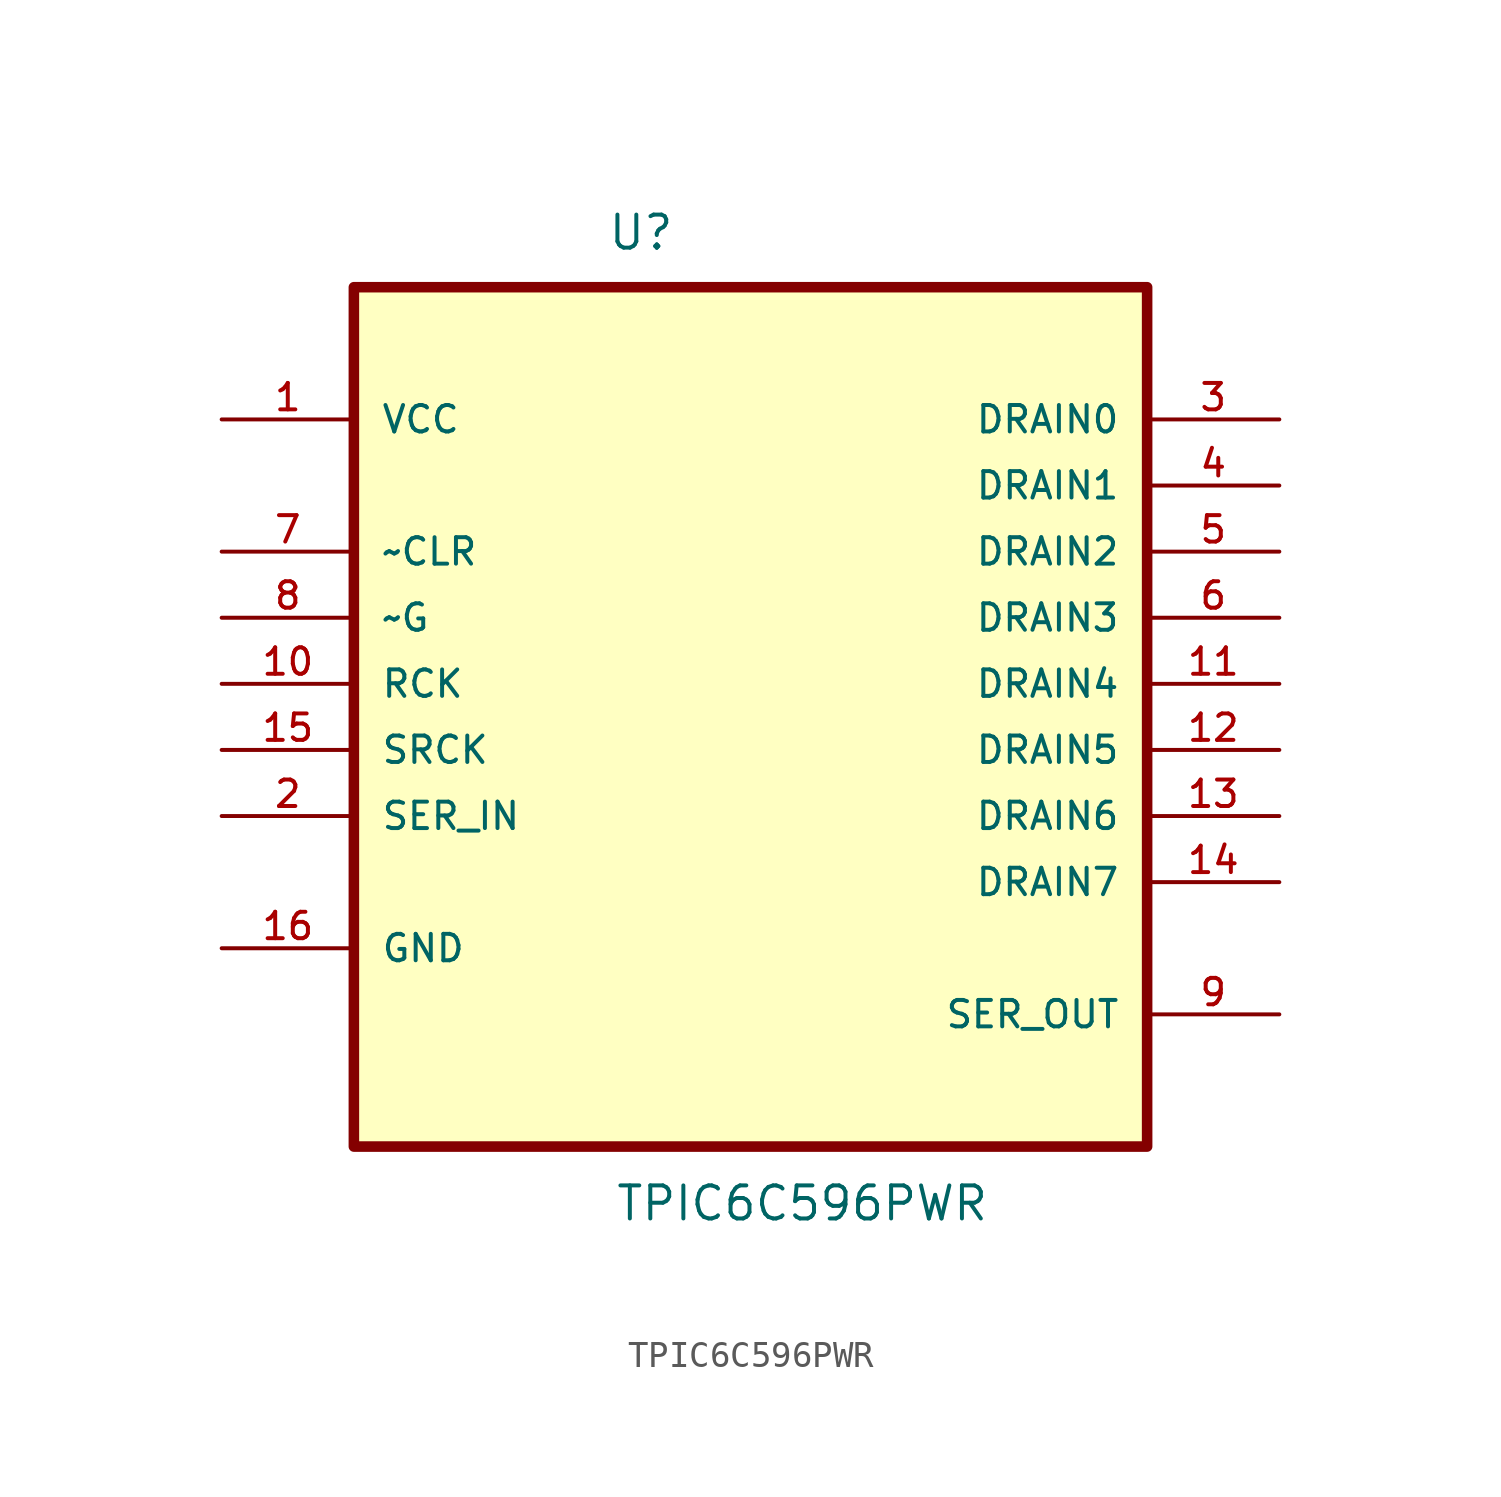
<source format=kicad_sym>
(kicad_symbol_lib
  (version 20211014)
  (generator kicad_symbol_editor)
  (symbol "TPIC6C596PWR"
    (pin_names
      (offset 1.016))
    (property "Reference" "U"
      (at -5.516 14.057 0.0)
      (effects (font (size 1.27 1.27)) (justify bottom left)))
    (property "Value" "TPIC6C596PWR"
      (at -5.22 -23.246 0.0)
      (effects (font (size 1.27 1.27)) (justify bottom left)))
    (symbol "TPIC6C596PWR_0_0"
      (rectangle (start -15.24 -20.32) (end 15.24 12.7) (stroke (width 0.406)) (fill (type background)))
      (pin power_in line (at -20.32 7.62 0) (length 5.08) (name "VCC" (effects (font (size 1.016 1.016)))) (number "1" (effects (font (size 1.016 1.016)))))
      (pin input line (at -20.32 2.54 0) (length 5.08) (name "~CLR" (effects (font (size 1.016 1.016)))) (number "7" (effects (font (size 1.016 1.016)))))
      (pin input line (at -20.32 0.0 0) (length 5.08) (name "~G" (effects (font (size 1.016 1.016)))) (number "8" (effects (font (size 1.016 1.016)))))
      (pin input line (at -20.32 -2.54 0) (length 5.08) (name "RCK" (effects (font (size 1.016 1.016)))) (number "10" (effects (font (size 1.016 1.016)))))
      (pin input line (at -20.32 -5.08 0) (length 5.08) (name "SRCK" (effects (font (size 1.016 1.016)))) (number "15" (effects (font (size 1.016 1.016)))))
      (pin input line (at -20.32 -7.62 0) (length 5.08) (name "SER_IN" (effects (font (size 1.016 1.016)))) (number "2" (effects (font (size 1.016 1.016)))))
      (pin passive line (at -20.32 -12.7 0) (length 5.08) (name "GND" (effects (font (size 1.016 1.016)))) (number "16" (effects (font (size 1.016 1.016)))))
      (pin output line (at 20.32 7.62 180.0) (length 5.08) (name "DRAIN0" (effects (font (size 1.016 1.016)))) (number "3" (effects (font (size 1.016 1.016)))))
      (pin output line (at 20.32 5.08 180.0) (length 5.08) (name "DRAIN1" (effects (font (size 1.016 1.016)))) (number "4" (effects (font (size 1.016 1.016)))))
      (pin output line (at 20.32 2.54 180.0) (length 5.08) (name "DRAIN2" (effects (font (size 1.016 1.016)))) (number "5" (effects (font (size 1.016 1.016)))))
      (pin output line (at 20.32 0.0 180.0) (length 5.08) (name "DRAIN3" (effects (font (size 1.016 1.016)))) (number "6" (effects (font (size 1.016 1.016)))))
      (pin output line (at 20.32 -2.54 180.0) (length 5.08) (name "DRAIN4" (effects (font (size 1.016 1.016)))) (number "11" (effects (font (size 1.016 1.016)))))
      (pin output line (at 20.32 -5.08 180.0) (length 5.08) (name "DRAIN5" (effects (font (size 1.016 1.016)))) (number "12" (effects (font (size 1.016 1.016)))))
      (pin output line (at 20.32 -7.62 180.0) (length 5.08) (name "DRAIN6" (effects (font (size 1.016 1.016)))) (number "13" (effects (font (size 1.016 1.016)))))
      (pin output line (at 20.32 -10.16 180.0) (length 5.08) (name "DRAIN7" (effects (font (size 1.016 1.016)))) (number "14" (effects (font (size 1.016 1.016)))))
      (pin output line (at 20.32 -15.24 180.0) (length 5.08) (name "SER_OUT" (effects (font (size 1.016 1.016)))) (number "9" (effects (font (size 1.016 1.016))))))))
</source>
